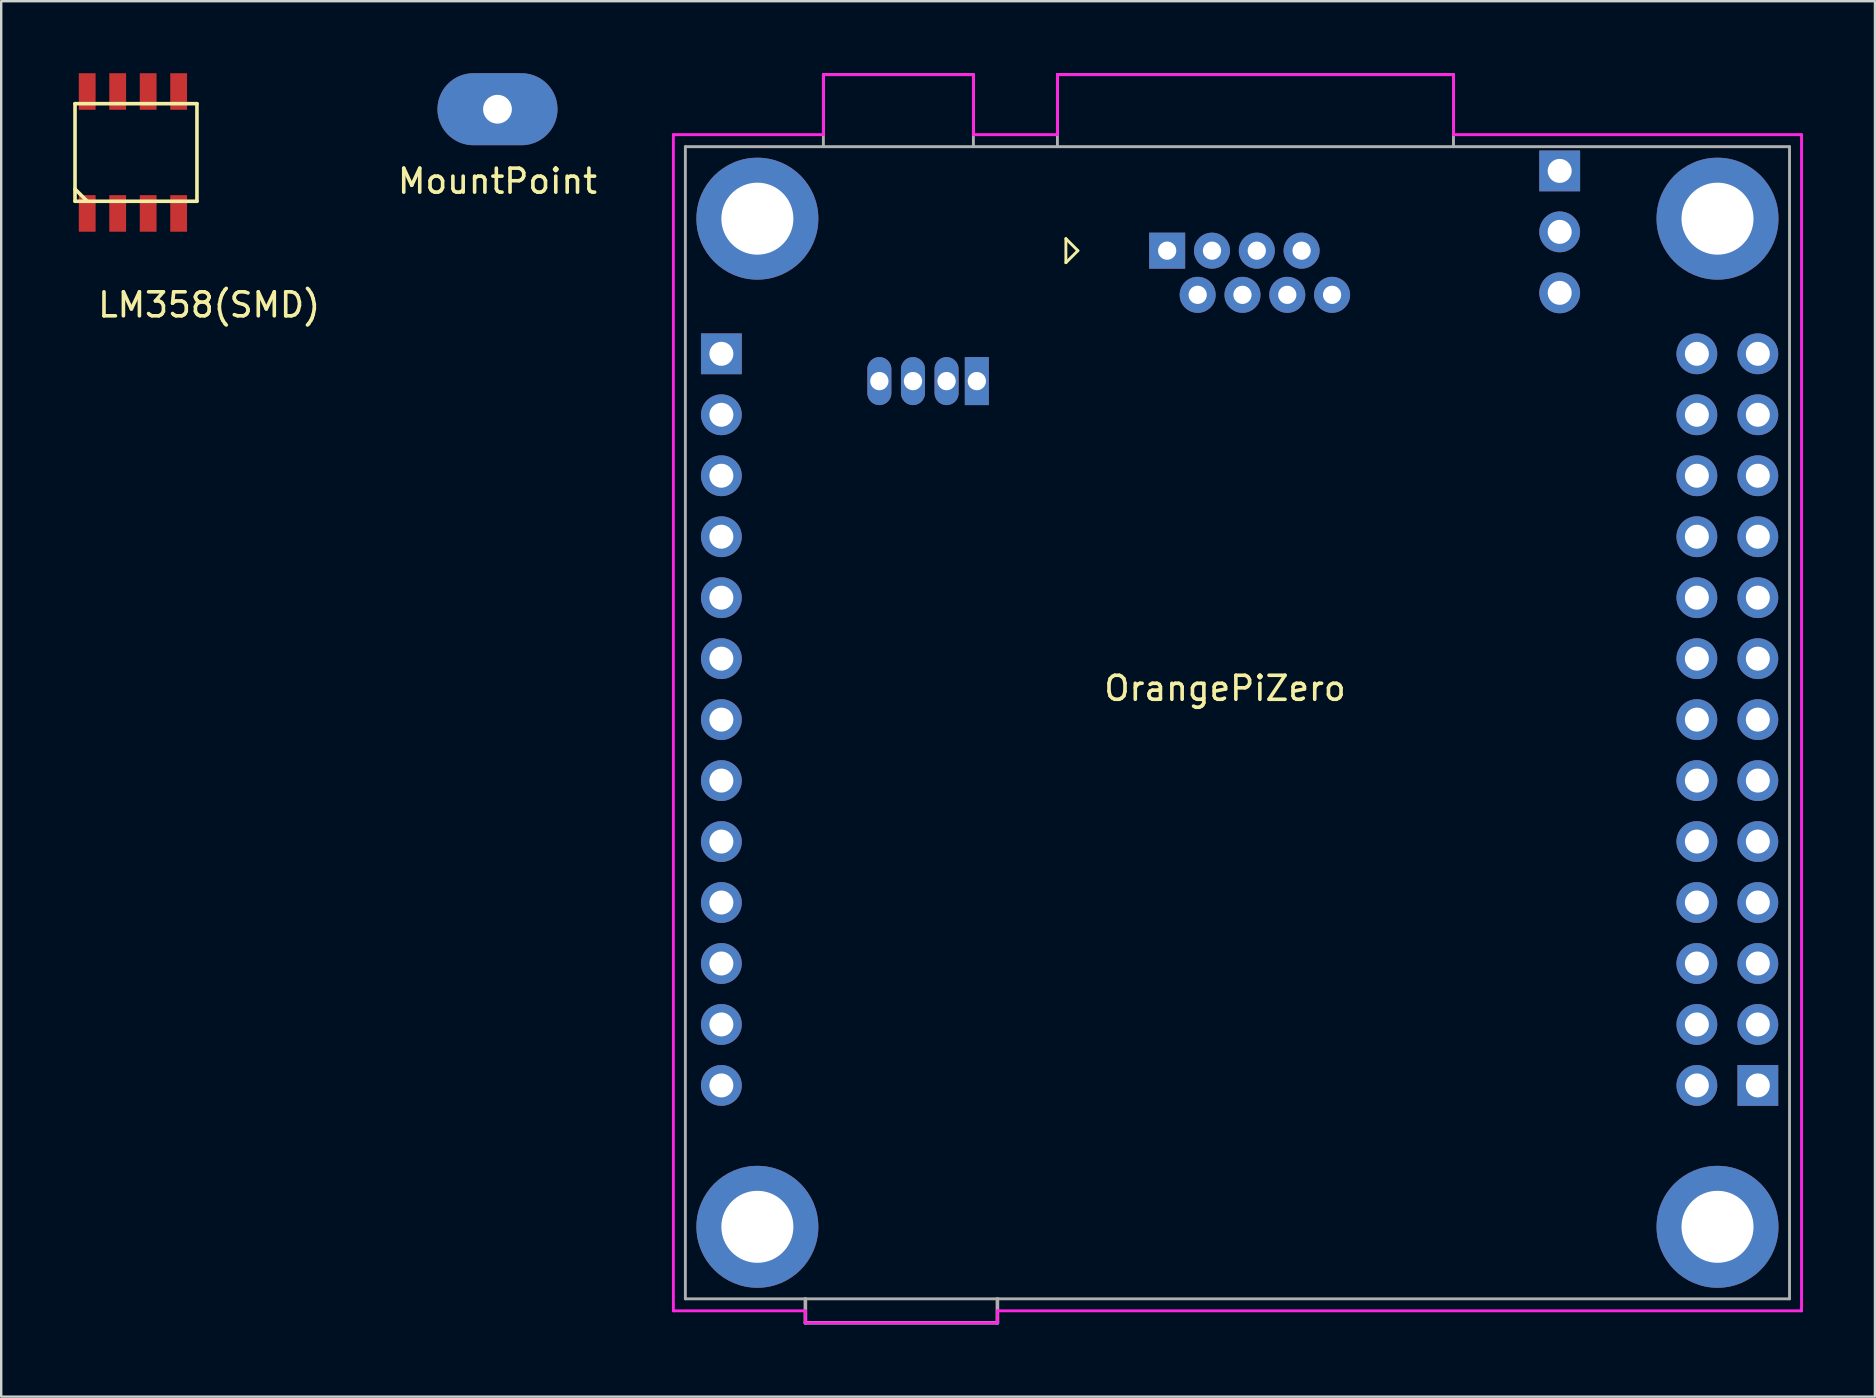
<source format=kicad_pcb>
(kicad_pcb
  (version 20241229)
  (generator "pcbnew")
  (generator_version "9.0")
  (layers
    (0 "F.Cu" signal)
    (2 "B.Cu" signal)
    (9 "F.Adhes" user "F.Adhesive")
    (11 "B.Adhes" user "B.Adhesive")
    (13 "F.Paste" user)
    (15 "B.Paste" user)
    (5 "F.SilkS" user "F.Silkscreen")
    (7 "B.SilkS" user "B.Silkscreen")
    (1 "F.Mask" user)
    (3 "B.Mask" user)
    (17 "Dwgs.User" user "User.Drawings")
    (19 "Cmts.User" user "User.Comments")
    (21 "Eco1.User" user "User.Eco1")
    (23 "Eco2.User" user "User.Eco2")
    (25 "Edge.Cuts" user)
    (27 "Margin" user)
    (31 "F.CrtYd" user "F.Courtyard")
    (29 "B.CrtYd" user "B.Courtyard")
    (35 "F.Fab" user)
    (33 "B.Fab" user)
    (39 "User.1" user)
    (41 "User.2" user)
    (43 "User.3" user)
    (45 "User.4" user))
  (footprint "MountPoint"
    (layer "F.Cu")
    (at 17.675 1.5)
    (property "Reference" "MountPoint" (at 0 3 0) (layer "F.SilkS") (effects (font (size 1 1) (thickness 0.15))))
    (attr through_hole)
    (pad "1" thru_hole oval (at 0 0) (size 5 3) (drill 1.2) (layers "*.Cu" "*.Mask")))
  (footprint "LM358(SMD)"
    (layer "F.Cu")
    (at 0.583 5.842)
    (property "Reference" "LM358(SMD)" (at 5.08 3.81 0) (layer "F.SilkS") (effects (font (size 1 1) (thickness 0.15))))
    (attr through_hole)
    (fp_line (start -0.508 -4.572) (end -0.508 -0.508) (stroke (width 0.15) (type solid)) (layer "F.SilkS"))
    (fp_line (start -0.508 -1.016) (end 0 -0.508) (stroke (width 0.15) (type solid)) (layer "F.SilkS"))
    (fp_line (start -0.508 -0.508) (end 4.572 -0.508) (stroke (width 0.15) (type solid)) (layer "F.SilkS"))
    (fp_line (start 4.572 -4.572) (end -0.508 -4.572) (stroke (width 0.15) (type solid)) (layer "F.SilkS"))
    (fp_line (start 4.572 -0.508) (end 4.572 -4.572) (stroke (width 0.15) (type solid)) (layer "F.SilkS"))
    (pad "1" smd rect (at 0 0) (size 0.7 1.524) (layers "F.Cu" "F.Mask" "F.Paste"))
    (pad "2" smd rect (at 1.27 0) (size 0.7 1.524) (layers "F.Cu" "F.Mask" "F.Paste"))
    (pad "3" smd rect (at 2.54 0) (size 0.7 1.524) (layers "F.Cu" "F.Mask" "F.Paste"))
    (pad "4" smd rect (at 3.81 0) (size 0.7 1.524) (layers "F.Cu" "F.Mask" "F.Paste"))
    (pad "5" smd rect (at 3.81 -5.08) (size 0.7 1.524) (layers "F.Cu" "F.Mask" "F.Paste"))
    (pad "6" smd rect (at 2.54 -5.08) (size 0.7 1.524) (layers "F.Cu" "F.Mask" "F.Paste"))
    (pad "7" smd rect (at 1.27 -5.08) (size 0.7 1.524) (layers "F.Cu" "F.Mask" "F.Paste"))
    (pad "8" smd rect (at 0 -5.08) (size 0.7 1.524) (layers "F.Cu" "F.Mask" "F.Paste")))
  (footprint "OrangePiZero"
    (layer "F.Cu")
    (at 26.985 11.627)
    (property "Reference" "OrangePiZero" (at 21 14 0) (layer "F.SilkS") (effects (font (size 1 1) (thickness 0.15))))
    (attr through_hole)
    (fp_line (start 14.371 -4.734) (end 14.871 -4.234) (stroke (width 0.12) (type solid)) (layer "F.SilkS"))
    (fp_line (start 14.371 -3.734) (end 14.371 -4.734) (stroke (width 0.12) (type solid)) (layer "F.SilkS"))
    (fp_line (start 14.871 -4.234) (end 14.371 -3.734) (stroke (width 0.12) (type solid)) (layer "F.SilkS"))
    (fp_line (start -1.982 -9.067) (end 4.268 -9.067) (stroke (width 0.12) (type solid)) (layer "F.CrtYd"))
    (fp_line (start -1.982 39.933) (end -1.982 -9.067) (stroke (width 0.12) (type solid)) (layer "F.CrtYd"))
    (fp_line (start 3.518 39.933) (end -1.982 39.933) (stroke (width 0.12) (type solid)) (layer "F.CrtYd"))
    (fp_line (start 3.518 40.433) (end 3.518 39.933) (stroke (width 0.12) (type solid)) (layer "F.CrtYd"))
    (fp_line (start 4.268 -11.567) (end 10.518 -11.567) (stroke (width 0.12) (type solid)) (layer "F.CrtYd"))
    (fp_line (start 4.268 -9.067) (end 4.268 -11.567) (stroke (width 0.12) (type solid)) (layer "F.CrtYd"))
    (fp_line (start 10.518 -11.567) (end 10.518 -9.067) (stroke (width 0.12) (type solid)) (layer "F.CrtYd"))
    (fp_line (start 10.518 -9.067) (end 14.018 -9.067) (stroke (width 0.12) (type solid)) (layer "F.CrtYd"))
    (fp_line (start 11.518 39.933) (end 11.518 40.433) (stroke (width 0.12) (type solid)) (layer "F.CrtYd"))
    (fp_line (start 11.518 40.433) (end 3.518 40.433) (stroke (width 0.12) (type solid)) (layer "F.CrtYd"))
    (fp_line (start 14.018 -11.567) (end 30.518 -11.567) (stroke (width 0.12) (type solid)) (layer "F.CrtYd"))
    (fp_line (start 14.018 -9.067) (end 14.018 -11.567) (stroke (width 0.12) (type solid)) (layer "F.CrtYd"))
    (fp_line (start 30.518 -11.567) (end 30.518 -9.067) (stroke (width 0.12) (type solid)) (layer "F.CrtYd"))
    (fp_line (start 30.518 -9.067) (end 45.018 -9.067) (stroke (width 0.12) (type solid)) (layer "F.CrtYd"))
    (fp_line (start 45.018 -9.067) (end 45.018 39.933) (stroke (width 0.12) (type solid)) (layer "F.CrtYd"))
    (fp_line (start 45.018 39.933) (end 11.518 39.933) (stroke (width 0.12) (type solid)) (layer "F.CrtYd"))
    (fp_line (start -1.482 -8.567) (end 44.518 -8.567) (stroke (width 0.12) (type solid)) (layer "F.Fab"))
    (fp_line (start -1.482 39.433) (end -1.482 -8.567) (stroke (width 0.12) (type solid)) (layer "F.Fab"))
    (fp_line (start 3.518 39.433) (end 3.518 40.433) (stroke (width 0.15) (type solid)) (layer "F.Fab"))
    (fp_line (start 3.518 40.433) (end 11.518 40.433) (stroke (width 0.15) (type solid)) (layer "F.Fab"))
    (fp_line (start 4.268 -11.567) (end 4.268 -8.567) (stroke (width 0.12) (type solid)) (layer "F.Fab"))
    (fp_line (start 4.268 -11.567) (end 10.518 -11.567) (stroke (width 0.12) (type solid)) (layer "F.Fab"))
    (fp_line (start 10.518 -11.567) (end 10.518 -8.567) (stroke (width 0.12) (type solid)) (layer "F.Fab"))
    (fp_line (start 11.518 40.433) (end 11.518 39.433) (stroke (width 0.15) (type solid)) (layer "F.Fab"))
    (fp_line (start 14.018 -11.567) (end 14.018 -8.567) (stroke (width 0.12) (type solid)) (layer "F.Fab"))
    (fp_line (start 14.018 -11.567) (end 30.518 -11.567) (stroke (width 0.12) (type solid)) (layer "F.Fab"))
    (fp_line (start 30.518 -11.567) (end 30.518 -8.567) (stroke (width 0.12) (type solid)) (layer "F.Fab"))
    (fp_line (start 44.518 -8.567) (end 44.518 39.433) (stroke (width 0.12) (type solid)) (layer "F.Fab"))
    (fp_line (start 44.518 39.433) (end -1.482 39.433) (stroke (width 0.12) (type solid)) (layer "F.Fab"))
    (pad "A01" thru_hole rect (at 43.198 30.543) (size 1.7 1.7) (drill 1) (layers "*.Cu" "*.Mask"))
    (pad "A02" thru_hole circle (at 40.658 30.543) (size 1.7 1.7) (drill 1) (layers "*.Cu" "*.Mask"))
    (pad "A03" thru_hole circle (at 43.198 28.003) (size 1.7 1.7) (drill 1) (layers "*.Cu" "*.Mask"))
    (pad "A04" thru_hole circle (at 40.658 28.003) (size 1.7 1.7) (drill 1) (layers "*.Cu" "*.Mask"))
    (pad "A05" thru_hole circle (at 43.198 25.463) (size 1.7 1.7) (drill 1) (layers "*.Cu" "*.Mask"))
    (pad "A06" thru_hole circle (at 40.658 25.463) (size 1.7 1.7) (drill 1) (layers "*.Cu" "*.Mask"))
    (pad "A07" thru_hole circle (at 43.198 22.923) (size 1.7 1.7) (drill 1) (layers "*.Cu" "*.Mask"))
    (pad "A08" thru_hole circle (at 40.658 22.923) (size 1.7 1.7) (drill 1) (layers "*.Cu" "*.Mask"))
    (pad "A09" thru_hole circle (at 43.198 20.383) (size 1.7 1.7) (drill 1) (layers "*.Cu" "*.Mask"))
    (pad "A10" thru_hole circle (at 40.658 20.383) (size 1.7 1.7) (drill 1) (layers "*.Cu" "*.Mask"))
    (pad "A11" thru_hole circle (at 43.198 17.843) (size 1.7 1.7) (drill 1) (layers "*.Cu" "*.Mask"))
    (pad "A12" thru_hole circle (at 40.658 17.843) (size 1.7 1.7) (drill 1) (layers "*.Cu" "*.Mask"))
    (pad "A13" thru_hole circle (at 43.198 15.303) (size 1.7 1.7) (drill 1) (layers "*.Cu" "*.Mask"))
    (pad "A14" thru_hole circle (at 40.658 15.303) (size 1.7 1.7) (drill 1) (layers "*.Cu" "*.Mask"))
    (pad "A15" thru_hole circle (at 43.198 12.763) (size 1.7 1.7) (drill 1) (layers "*.Cu" "*.Mask"))
    (pad "A16" thru_hole circle (at 40.658 12.763) (size 1.7 1.7) (drill 1) (layers "*.Cu" "*.Mask"))
    (pad "A17" thru_hole circle (at 43.198 10.223) (size 1.7 1.7) (drill 1) (layers "*.Cu" "*.Mask"))
    (pad "A18" thru_hole circle (at 40.658 10.223) (size 1.7 1.7) (drill 1) (layers "*.Cu" "*.Mask"))
    (pad "A19" thru_hole circle (at 43.198 7.683) (size 1.7 1.7) (drill 1) (layers "*.Cu" "*.Mask"))
    (pad "A20" thru_hole circle (at 40.658 7.683) (size 1.7 1.7) (drill 1) (layers "*.Cu" "*.Mask"))
    (pad "A21" thru_hole circle (at 43.198 5.143) (size 1.7 1.7) (drill 1) (layers "*.Cu" "*.Mask"))
    (pad "A22" thru_hole circle (at 40.658 5.143) (size 1.7 1.7) (drill 1) (layers "*.Cu" "*.Mask"))
    (pad "A23" thru_hole circle (at 43.198 2.603) (size 1.7 1.7) (drill 1) (layers "*.Cu" "*.Mask"))
    (pad "A24" thru_hole circle (at 40.658 2.603) (size 1.7 1.7) (drill 1) (layers "*.Cu" "*.Mask"))
    (pad "A25" thru_hole circle (at 43.198 0.063) (size 1.7 1.7) (drill 1) (layers "*.Cu" "*.Mask"))
    (pad "A26" thru_hole circle (at 40.658 0.063) (size 1.7 1.7) (drill 1) (layers "*.Cu" "*.Mask"))
    (pad "B01" thru_hole rect (at 0.018 0.063) (size 1.7 1.7) (drill 1) (layers "*.Cu" "*.Mask"))
    (pad "B02" thru_hole circle (at 0.018 2.603) (size 1.7 1.7) (drill 1) (layers "*.Cu" "*.Mask"))
    (pad "B03" thru_hole circle (at 0.018 5.143) (size 1.7 1.7) (drill 1) (layers "*.Cu" "*.Mask"))
    (pad "B04" thru_hole circle (at 0.018 7.683) (size 1.7 1.7) (drill 1) (layers "*.Cu" "*.Mask"))
    (pad "B05" thru_hole circle (at 0.018 10.223) (size 1.7 1.7) (drill 1) (layers "*.Cu" "*.Mask"))
    (pad "B06" thru_hole circle (at 0.018 12.763) (size 1.7 1.7) (drill 1) (layers "*.Cu" "*.Mask"))
    (pad "B07" thru_hole circle (at 0.018 15.303) (size 1.7 1.7) (drill 1) (layers "*.Cu" "*.Mask"))
    (pad "B08" thru_hole circle (at 0.018 17.843) (size 1.7 1.7) (drill 1) (layers "*.Cu" "*.Mask"))
    (pad "B09" thru_hole circle (at 0.018 20.383) (size 1.7 1.7) (drill 1) (layers "*.Cu" "*.Mask"))
    (pad "B10" thru_hole circle (at 0.018 22.923) (size 1.7 1.7) (drill 1) (layers "*.Cu" "*.Mask"))
    (pad "B11" thru_hole circle (at 0.018 25.463) (size 1.7 1.7) (drill 1) (layers "*.Cu" "*.Mask"))
    (pad "B12" thru_hole circle (at 0.018 28.003) (size 1.7 1.7) (drill 1) (layers "*.Cu" "*.Mask"))
    (pad "B13" thru_hole circle (at 0.018 30.543) (size 1.7 1.7) (drill 1) (layers "*.Cu" "*.Mask"))
    (pad "C1" thru_hole rect (at 34.943 -7.557) (size 1.7 1.7) (drill 1) (layers "*.Cu" "*.Mask"))
    (pad "C2" thru_hole circle (at 34.943 -5.017) (size 1.7 1.7) (drill 1) (layers "*.Cu" "*.Mask"))
    (pad "C3" thru_hole circle (at 34.943 -2.477) (size 1.7 1.7) (drill 1) (layers "*.Cu" "*.Mask"))
    (pad "D1" thru_hole circle (at 41.518 -5.567) (size 5.08 5.08) (drill 3) (layers "*.Cu" "*.Mask"))
    (pad "D2" thru_hole circle (at 1.518 -5.567) (size 5.08 5.08) (drill 3) (layers "*.Cu" "*.Mask"))
    (pad "D3" thru_hole circle (at 41.518 36.433) (size 5.08 5.08) (drill 3) (layers "*.Cu" "*.Mask"))
    (pad "D4" thru_hole circle (at 1.518 36.433) (size 5.08 5.08) (drill 3) (layers "*.Cu" "*.Mask"))
    (pad "E1" thru_hole rect (at 18.59 -4.234 180) (size 1.5 1.5) (drill 0.76) (layers "*.Cu" "*.Mask"))
    (pad "E2" thru_hole circle (at 19.861 -2.394 180) (size 1.5 1.5) (drill 0.76) (layers "*.Cu" "*.Mask"))
    (pad "E3" thru_hole circle (at 20.458 -4.234 180) (size 1.5 1.5) (drill 0.76) (layers "*.Cu" "*.Mask"))
    (pad "E4" thru_hole circle (at 21.728 -2.394 180) (size 1.5 1.5) (drill 0.76) (layers "*.Cu" "*.Mask"))
    (pad "E5" thru_hole circle (at 22.324 -4.234 180) (size 1.5 1.5) (drill 0.76) (layers "*.Cu" "*.Mask"))
    (pad "E6" thru_hole circle (at 23.594 -2.394 180) (size 1.5 1.5) (drill 0.76) (layers "*.Cu" "*.Mask"))
    (pad "E7" thru_hole circle (at 24.191 -4.234 180) (size 1.5 1.5) (drill 0.76) (layers "*.Cu" "*.Mask"))
    (pad "E8" thru_hole circle (at 25.461 -2.394 180) (size 1.5 1.5) (drill 0.76) (layers "*.Cu" "*.Mask"))
    (pad "U1" thru_hole rect (at 10.66 1.2) (size 1 2) (drill 0.762) (layers "*.Cu" "*.Mask"))
    (pad "U2" thru_hole oval (at 9.4 1.2) (size 1 2) (drill 0.762) (layers "*.Cu" "*.Mask"))
    (pad "U3" thru_hole oval (at 8 1.2) (size 1 2) (drill 0.762) (layers "*.Cu" "*.Mask"))
    (pad "U4" thru_hole oval (at 6.6 1.2) (size 1 2) (drill 0.762) (layers "*.Cu" "*.Mask")))
  (gr_rect
    (start -3 -3)
    (end 75.063 55.135)
    (stroke (width 0.1) (type default))
    (fill no)
    (layer "Edge.Cuts")))
</source>
